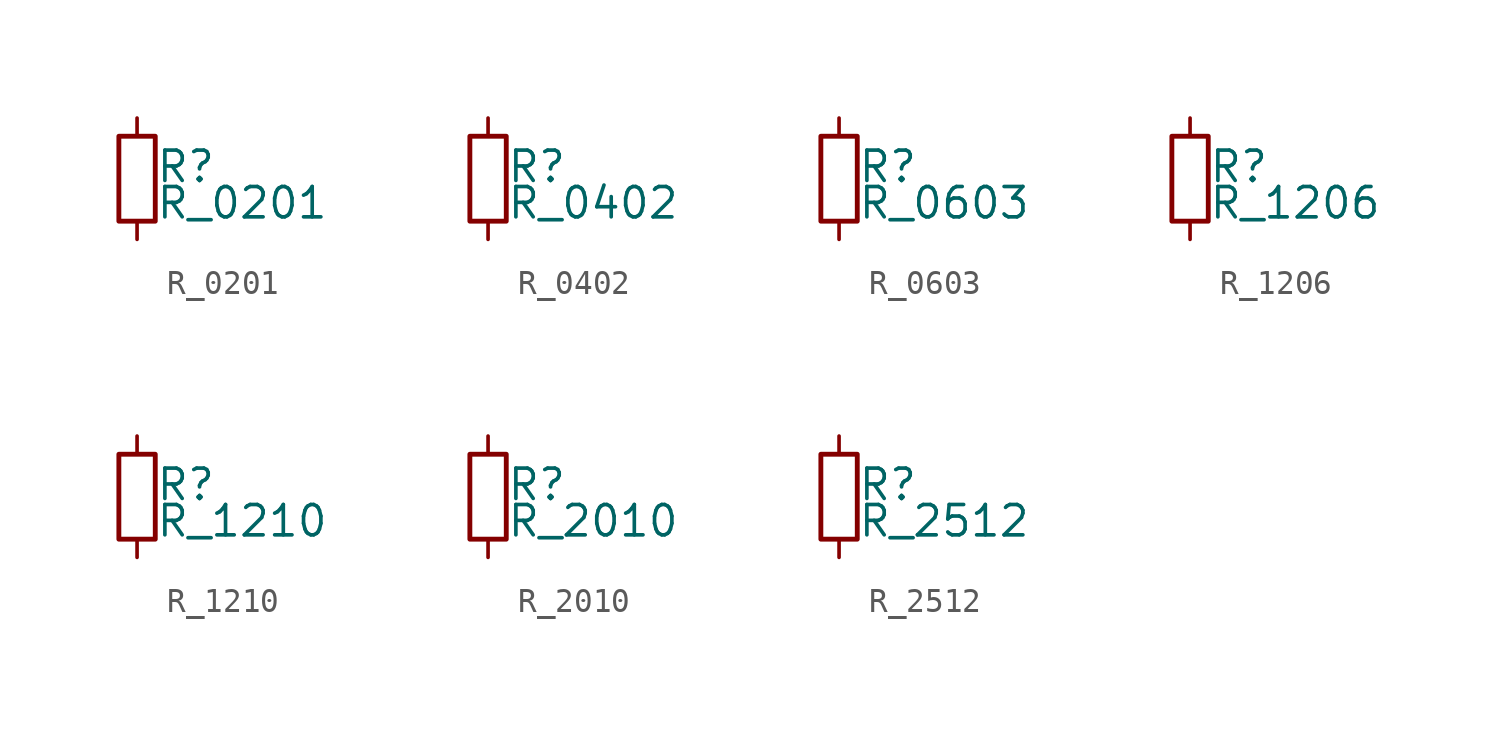
<source format=kicad_sym>
(kicad_symbol_lib
  (version 20220914)
  (generator kicad_symbol_editor)
  (symbol "R_0201"
    (pin_numbers hide)
    (pin_names
      (offset 0.254) hide)
    (property "Reference" "R"
      (at 0.762 0.508 0)
      (effects (font (size 1.27 1.27)) (justify left)))
    (property "Value" "R_0201"
      (at 0.762 -1.016 0)
      (effects (font (size 1.27 1.27)) (justify left)))
    (symbol "R_0201_0_1"
      (rectangle (start -0.762 1.778) (end 0.762 -1.778) (stroke (width 0.203) (type default)) (fill (type none))))
    (symbol "R_0201_1_1"
      (pin passive line (at 0 2.54 270) (length 0.762) (name "~" (effects (font (size 1.27 1.27)))) (number "1" (effects (font (size 1.27 1.27)))))
      (pin passive line (at 0 -2.54 90) (length 0.762) (name "~" (effects (font (size 1.27 1.27)))) (number "2" (effects (font (size 1.27 1.27)))))))
  (symbol "R_0402"
    (pin_numbers hide)
    (pin_names
      (offset 0.254) hide)
    (property "Reference" "R"
      (at 0.762 0.508 0)
      (effects (font (size 1.27 1.27)) (justify left)))
    (property "Value" "R_0402"
      (at 0.762 -1.016 0)
      (effects (font (size 1.27 1.27)) (justify left)))
    (symbol "R_0402_0_1"
      (rectangle (start -0.762 1.778) (end 0.762 -1.778) (stroke (width 0.203) (type default)) (fill (type none))))
    (symbol "R_0402_1_1"
      (pin passive line (at 0 2.54 270) (length 0.762) (name "~" (effects (font (size 1.27 1.27)))) (number "1" (effects (font (size 1.27 1.27)))))
      (pin passive line (at 0 -2.54 90) (length 0.762) (name "~" (effects (font (size 1.27 1.27)))) (number "2" (effects (font (size 1.27 1.27)))))))
  (symbol "R_0603"
    (pin_numbers hide)
    (pin_names
      (offset 0.254) hide)
    (property "Reference" "R"
      (at 0.762 0.508 0)
      (effects (font (size 1.27 1.27)) (justify left)))
    (property "Value" "R_0603"
      (at 0.762 -1.016 0)
      (effects (font (size 1.27 1.27)) (justify left)))
    (symbol "R_0603_0_1"
      (rectangle (start -0.762 1.778) (end 0.762 -1.778) (stroke (width 0.203) (type default)) (fill (type none))))
    (symbol "R_0603_1_1"
      (pin passive line (at 0 2.54 270) (length 0.762) (name "~" (effects (font (size 1.27 1.27)))) (number "1" (effects (font (size 1.27 1.27)))))
      (pin passive line (at 0 -2.54 90) (length 0.762) (name "~" (effects (font (size 1.27 1.27)))) (number "2" (effects (font (size 1.27 1.27)))))))
  (symbol "R_1206"
    (pin_numbers hide)
    (pin_names
      (offset 0.254) hide)
    (property "Reference" "R"
      (at 0.762 0.508 0)
      (effects (font (size 1.27 1.27)) (justify left)))
    (property "Value" "R_1206"
      (at 0.762 -1.016 0)
      (effects (font (size 1.27 1.27)) (justify left)))
    (symbol "R_1206_0_1"
      (rectangle (start -0.762 1.778) (end 0.762 -1.778) (stroke (width 0.203) (type default)) (fill (type none))))
    (symbol "R_1206_1_1"
      (pin passive line (at 0 2.54 270) (length 0.762) (name "~" (effects (font (size 1.27 1.27)))) (number "1" (effects (font (size 1.27 1.27)))))
      (pin passive line (at 0 -2.54 90) (length 0.762) (name "~" (effects (font (size 1.27 1.27)))) (number "2" (effects (font (size 1.27 1.27)))))))
  (symbol "R_1210"
    (pin_numbers hide)
    (pin_names
      (offset 0.254) hide)
    (property "Reference" "R"
      (at 0.762 0.508 0)
      (effects (font (size 1.27 1.27)) (justify left)))
    (property "Value" "R_1210"
      (at 0.762 -1.016 0)
      (effects (font (size 1.27 1.27)) (justify left)))
    (symbol "R_1210_0_1"
      (rectangle (start -0.762 1.778) (end 0.762 -1.778) (stroke (width 0.203) (type default)) (fill (type none))))
    (symbol "R_1210_1_1"
      (pin passive line (at 0 2.54 270) (length 0.762) (name "~" (effects (font (size 1.27 1.27)))) (number "1" (effects (font (size 1.27 1.27)))))
      (pin passive line (at 0 -2.54 90) (length 0.762) (name "~" (effects (font (size 1.27 1.27)))) (number "2" (effects (font (size 1.27 1.27)))))))
  (symbol "R_2010"
    (pin_numbers hide)
    (pin_names
      (offset 0.254) hide)
    (property "Reference" "R"
      (at 0.762 0.508 0)
      (effects (font (size 1.27 1.27)) (justify left)))
    (property "Value" "R_2010"
      (at 0.762 -1.016 0)
      (effects (font (size 1.27 1.27)) (justify left)))
    (symbol "R_2010_0_1"
      (rectangle (start -0.762 1.778) (end 0.762 -1.778) (stroke (width 0.203) (type default)) (fill (type none))))
    (symbol "R_2010_1_1"
      (pin passive line (at 0 2.54 270) (length 0.762) (name "~" (effects (font (size 1.27 1.27)))) (number "1" (effects (font (size 1.27 1.27)))))
      (pin passive line (at 0 -2.54 90) (length 0.762) (name "~" (effects (font (size 1.27 1.27)))) (number "2" (effects (font (size 1.27 1.27)))))))
  (symbol "R_2512"
    (pin_numbers hide)
    (pin_names
      (offset 0.254) hide)
    (property "Reference" "R"
      (at 0.762 0.508 0)
      (effects (font (size 1.27 1.27)) (justify left)))
    (property "Value" "R_2512"
      (at 0.762 -1.016 0)
      (effects (font (size 1.27 1.27)) (justify left)))
    (symbol "R_2512_0_1"
      (rectangle (start -0.762 1.778) (end 0.762 -1.778) (stroke (width 0.203) (type default)) (fill (type none))))
    (symbol "R_2512_1_1"
      (pin passive line (at 0 2.54 270) (length 0.762) (name "~" (effects (font (size 1.27 1.27)))) (number "1" (effects (font (size 1.27 1.27)))))
      (pin passive line (at 0 -2.54 90) (length 0.762) (name "~" (effects (font (size 1.27 1.27)))) (number "2" (effects (font (size 1.27 1.27))))))))
</source>
